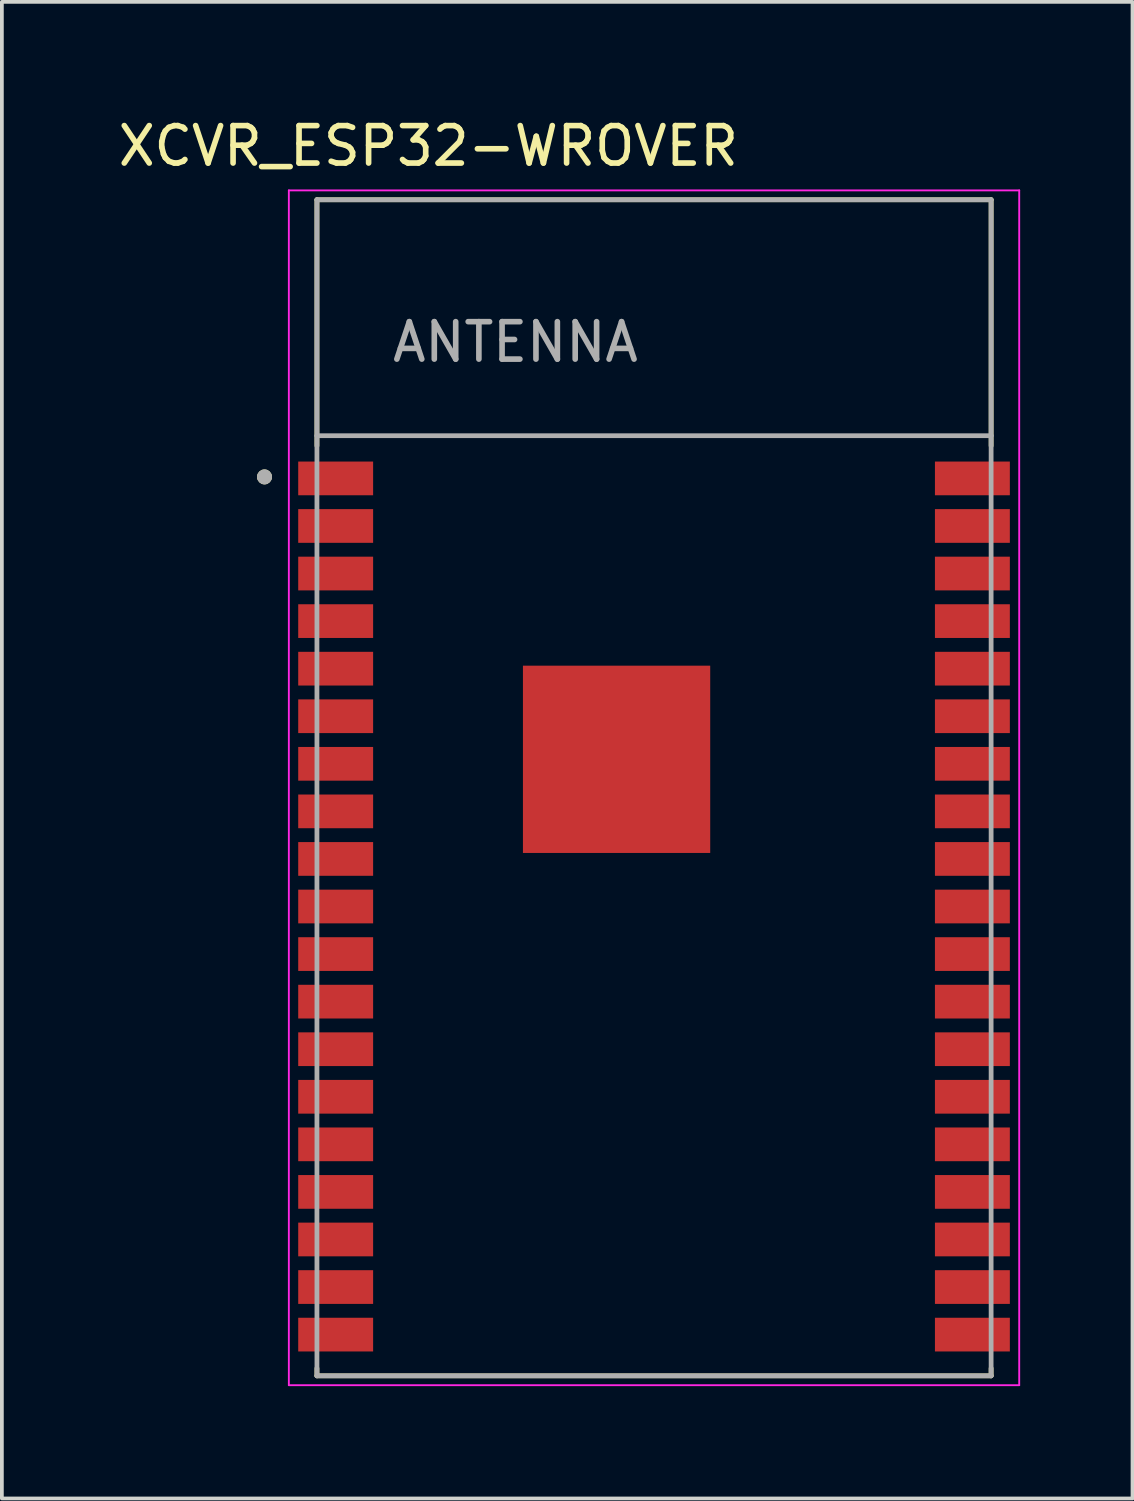
<source format=kicad_pcb>
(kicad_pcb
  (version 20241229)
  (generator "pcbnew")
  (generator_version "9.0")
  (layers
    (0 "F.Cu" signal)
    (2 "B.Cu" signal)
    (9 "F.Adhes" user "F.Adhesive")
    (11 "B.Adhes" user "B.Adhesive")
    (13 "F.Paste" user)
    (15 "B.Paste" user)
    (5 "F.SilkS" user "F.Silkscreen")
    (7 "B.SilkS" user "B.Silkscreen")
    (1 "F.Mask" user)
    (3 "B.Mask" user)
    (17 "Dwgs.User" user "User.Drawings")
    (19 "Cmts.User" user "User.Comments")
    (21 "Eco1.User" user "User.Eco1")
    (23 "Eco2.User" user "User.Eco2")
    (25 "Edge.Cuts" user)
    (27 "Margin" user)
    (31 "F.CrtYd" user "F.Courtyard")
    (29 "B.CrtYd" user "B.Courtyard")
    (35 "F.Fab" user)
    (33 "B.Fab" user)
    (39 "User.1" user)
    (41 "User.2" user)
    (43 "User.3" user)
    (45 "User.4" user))
  (footprint "XCVR_ESP32-WROVER"
    (layer "F.Cu")
    (at 14.412 17.983)
    (property "Reference" "XCVR_ESP32-WROVER" (at -6.025 -17.135 0) (layer "F.SilkS") (effects (font (size 1 1) (thickness 0.15))))
    (attr through_hole)
    (fp_poly (pts (xy -3.5 -3.26) (xy -2.17 -3.26) (xy -2.17 -1.93) (xy -3.5 -1.93)) (stroke (width 0.01) (type solid)) (fill yes) (layer "F.Mask"))
    (fp_poly (pts (xy -3.5 -1.425) (xy -2.17 -1.425) (xy -2.17 -0.095) (xy -3.5 -0.095)) (stroke (width 0.01) (type solid)) (fill yes) (layer "F.Mask"))
    (fp_poly (pts (xy -3.5 0.41) (xy -2.17 0.41) (xy -2.17 1.74) (xy -3.5 1.74)) (stroke (width 0.01) (type solid)) (fill yes) (layer "F.Mask"))
    (fp_poly (pts (xy -1.665 -3.26) (xy -0.335 -3.26) (xy -0.335 -1.93) (xy -1.665 -1.93)) (stroke (width 0.01) (type solid)) (fill yes) (layer "F.Mask"))
    (fp_poly (pts (xy -1.665 -1.425) (xy -0.335 -1.425) (xy -0.335 -0.095) (xy -1.665 -0.095)) (stroke (width 0.01) (type solid)) (fill yes) (layer "F.Mask"))
    (fp_poly (pts (xy -1.665 0.41) (xy -0.335 0.41) (xy -0.335 1.74) (xy -1.665 1.74)) (stroke (width 0.01) (type solid)) (fill yes) (layer "F.Mask"))
    (fp_poly (pts (xy 0.17 -3.26) (xy 1.5 -3.26) (xy 1.5 -1.93) (xy 0.17 -1.93)) (stroke (width 0.01) (type solid)) (fill yes) (layer "F.Mask"))
    (fp_poly (pts (xy 0.17 -1.425) (xy 1.5 -1.425) (xy 1.5 -0.095) (xy 0.17 -0.095)) (stroke (width 0.01) (type solid)) (fill yes) (layer "F.Mask"))
    (fp_poly (pts (xy 0.17 0.41) (xy 1.5 0.41) (xy 1.5 1.74) (xy 0.17 1.74)) (stroke (width 0.01) (type solid)) (fill yes) (layer "F.Mask"))
    (fp_line (start -9 -15.7) (end 9 -15.7) (stroke (width 0.127) (type solid)) (layer "F.SilkS"))
    (fp_line (start -9 -9.13) (end -9 -15.7) (stroke (width 0.127) (type solid)) (layer "F.SilkS"))
    (fp_line (start -9 15.5) (end -9 15.7) (stroke (width 0.127) (type solid)) (layer "F.SilkS"))
    (fp_line (start -9 15.7) (end 9 15.7) (stroke (width 0.127) (type solid)) (layer "F.SilkS"))
    (fp_line (start 9 -15.7) (end 9 -9.13) (stroke (width 0.127) (type solid)) (layer "F.SilkS"))
    (fp_line (start 9 15.7) (end 9 15.5) (stroke (width 0.127) (type solid)) (layer "F.SilkS"))
    (fp_circle (center -10.4 -8.3) (end -10.3 -8.3) (stroke (width 0.2) (type solid)) (fill no) (layer "F.SilkS"))
    (fp_poly (pts (xy -3.5 -3.26) (xy -2.17 -3.26) (xy -2.17 -1.93) (xy -3.5 -1.93)) (stroke (width 0.01) (type solid)) (fill yes) (layer "F.Paste"))
    (fp_poly (pts (xy -3.5 -1.425) (xy -2.17 -1.425) (xy -2.17 -0.095) (xy -3.5 -0.095)) (stroke (width 0.01) (type solid)) (fill yes) (layer "F.Paste"))
    (fp_poly (pts (xy -3.5 0.41) (xy -2.17 0.41) (xy -2.17 1.74) (xy -3.5 1.74)) (stroke (width 0.01) (type solid)) (fill yes) (layer "F.Paste"))
    (fp_poly (pts (xy -1.665 -3.26) (xy -0.335 -3.26) (xy -0.335 -1.93) (xy -1.665 -1.93)) (stroke (width 0.01) (type solid)) (fill yes) (layer "F.Paste"))
    (fp_poly (pts (xy -1.665 -1.425) (xy -0.335 -1.425) (xy -0.335 -0.095) (xy -1.665 -0.095)) (stroke (width 0.01) (type solid)) (fill yes) (layer "F.Paste"))
    (fp_poly (pts (xy -1.665 0.41) (xy -0.335 0.41) (xy -0.335 1.74) (xy -1.665 1.74)) (stroke (width 0.01) (type solid)) (fill yes) (layer "F.Paste"))
    (fp_poly (pts (xy 0.17 -3.26) (xy 1.5 -3.26) (xy 1.5 -1.93) (xy 0.17 -1.93)) (stroke (width 0.01) (type solid)) (fill yes) (layer "F.Paste"))
    (fp_poly (pts (xy 0.17 -1.425) (xy 1.5 -1.425) (xy 1.5 -0.095) (xy 0.17 -0.095)) (stroke (width 0.01) (type solid)) (fill yes) (layer "F.Paste"))
    (fp_poly (pts (xy 0.17 0.41) (xy 1.5 0.41) (xy 1.5 1.74) (xy 0.17 1.74)) (stroke (width 0.01) (type solid)) (fill yes) (layer "F.Paste"))
    (fp_line (start -9.75 -15.95) (end -9.75 15.95) (stroke (width 0.05) (type solid)) (layer "F.CrtYd"))
    (fp_line (start -9.75 -15.95) (end 9.75 -15.95) (stroke (width 0.05) (type solid)) (layer "F.CrtYd"))
    (fp_line (start -9.75 15.95) (end 9.75 15.95) (stroke (width 0.05) (type solid)) (layer "F.CrtYd"))
    (fp_line (start 9.75 15.95) (end 9.75 -15.95) (stroke (width 0.05) (type solid)) (layer "F.CrtYd"))
    (fp_line (start -9 -15.7) (end 9 -15.7) (stroke (width 0.127) (type solid)) (layer "F.Fab"))
    (fp_line (start -9 -9.4) (end -9 -15.7) (stroke (width 0.127) (type solid)) (layer "F.Fab"))
    (fp_line (start -9 -9.4) (end 9 -9.4) (stroke (width 0.127) (type solid)) (layer "F.Fab"))
    (fp_line (start -9 15.7) (end -9 -9.4) (stroke (width 0.127) (type solid)) (layer "F.Fab"))
    (fp_line (start 9 -15.7) (end 9 -9.4) (stroke (width 0.127) (type solid)) (layer "F.Fab"))
    (fp_line (start 9 -9.4) (end 9 15.7) (stroke (width 0.127) (type solid)) (layer "F.Fab"))
    (fp_line (start 9 15.7) (end -9 15.7) (stroke (width 0.127) (type solid)) (layer "F.Fab"))
    (fp_circle (center -10.4 -8.3) (end -10.3 -8.3) (stroke (width 0.2) (type solid)) (fill no) (layer "F.Fab"))
    (fp_text user "ANTENNA" (at -3.7 -11.9 0) (layer "F.Fab") (effects (font (size 1 1) (thickness 0.15))))
    (pad "1" smd rect (at -8.5 -8.26) (size 2 0.9) (layers "F.Cu" "F.Mask" "F.Paste"))
    (pad "2" smd rect (at -8.5 -6.99) (size 2 0.9) (layers "F.Cu" "F.Mask" "F.Paste"))
    (pad "3" smd rect (at -8.5 -5.72) (size 2 0.9) (layers "F.Cu" "F.Mask" "F.Paste"))
    (pad "4" smd rect (at -8.5 -4.45) (size 2 0.9) (layers "F.Cu" "F.Mask" "F.Paste"))
    (pad "5" smd rect (at -8.5 -3.18) (size 2 0.9) (layers "F.Cu" "F.Mask" "F.Paste"))
    (pad "6" smd rect (at -8.5 -1.91) (size 2 0.9) (layers "F.Cu" "F.Mask" "F.Paste"))
    (pad "7" smd rect (at -8.5 -0.64) (size 2 0.9) (layers "F.Cu" "F.Mask" "F.Paste"))
    (pad "8" smd rect (at -8.5 0.63) (size 2 0.9) (layers "F.Cu" "F.Mask" "F.Paste"))
    (pad "9" smd rect (at -8.5 1.9) (size 2 0.9) (layers "F.Cu" "F.Mask" "F.Paste"))
    (pad "10" smd rect (at -8.5 3.17) (size 2 0.9) (layers "F.Cu" "F.Mask" "F.Paste"))
    (pad "11" smd rect (at -8.5 4.44) (size 2 0.9) (layers "F.Cu" "F.Mask" "F.Paste"))
    (pad "12" smd rect (at -8.5 5.71) (size 2 0.9) (layers "F.Cu" "F.Mask" "F.Paste"))
    (pad "13" smd rect (at -8.5 6.98) (size 2 0.9) (layers "F.Cu" "F.Mask" "F.Paste"))
    (pad "14" smd rect (at -8.5 8.25) (size 2 0.9) (layers "F.Cu" "F.Mask" "F.Paste"))
    (pad "15" smd rect (at -8.5 9.52) (size 2 0.9) (layers "F.Cu" "F.Mask" "F.Paste"))
    (pad "16" smd rect (at -8.5 10.79) (size 2 0.9) (layers "F.Cu" "F.Mask" "F.Paste"))
    (pad "17" smd rect (at -8.5 12.06) (size 2 0.9) (layers "F.Cu" "F.Mask" "F.Paste"))
    (pad "18" smd rect (at -8.5 13.33) (size 2 0.9) (layers "F.Cu" "F.Mask" "F.Paste"))
    (pad "19" smd rect (at -8.5 14.6) (size 2 0.9) (layers "F.Cu" "F.Mask" "F.Paste"))
    (pad "20" smd rect (at 8.5 14.6) (size 2 0.9) (layers "F.Cu" "F.Mask" "F.Paste"))
    (pad "21" smd rect (at 8.5 13.33) (size 2 0.9) (layers "F.Cu" "F.Mask" "F.Paste"))
    (pad "22" smd rect (at 8.5 12.06) (size 2 0.9) (layers "F.Cu" "F.Mask" "F.Paste"))
    (pad "23" smd rect (at 8.5 10.79) (size 2 0.9) (layers "F.Cu" "F.Mask" "F.Paste"))
    (pad "24" smd rect (at 8.5 9.52) (size 2 0.9) (layers "F.Cu" "F.Mask" "F.Paste"))
    (pad "25" smd rect (at 8.5 8.25) (size 2 0.9) (layers "F.Cu" "F.Mask" "F.Paste"))
    (pad "26" smd rect (at 8.5 6.98) (size 2 0.9) (layers "F.Cu" "F.Mask" "F.Paste"))
    (pad "27" smd rect (at 8.5 5.71) (size 2 0.9) (layers "F.Cu" "F.Mask" "F.Paste"))
    (pad "28" smd rect (at 8.5 4.44) (size 2 0.9) (layers "F.Cu" "F.Mask" "F.Paste"))
    (pad "29" smd rect (at 8.5 3.17) (size 2 0.9) (layers "F.Cu" "F.Mask" "F.Paste"))
    (pad "30" smd rect (at 8.5 1.9) (size 2 0.9) (layers "F.Cu" "F.Mask" "F.Paste"))
    (pad "31" smd rect (at 8.5 0.63) (size 2 0.9) (layers "F.Cu" "F.Mask" "F.Paste"))
    (pad "32" smd rect (at 8.5 -0.64) (size 2 0.9) (layers "F.Cu" "F.Mask" "F.Paste"))
    (pad "33" smd rect (at 8.5 -1.91) (size 2 0.9) (layers "F.Cu" "F.Mask" "F.Paste"))
    (pad "34" smd rect (at 8.5 -3.18) (size 2 0.9) (layers "F.Cu" "F.Mask" "F.Paste"))
    (pad "35" smd rect (at 8.5 -4.45) (size 2 0.9) (layers "F.Cu" "F.Mask" "F.Paste"))
    (pad "36" smd rect (at 8.5 -5.72) (size 2 0.9) (layers "F.Cu" "F.Mask" "F.Paste"))
    (pad "37" smd rect (at 8.5 -6.99) (size 2 0.9) (layers "F.Cu" "F.Mask" "F.Paste"))
    (pad "38" smd rect (at 8.5 -8.26) (size 2 0.9) (layers "F.Cu" "F.Mask" "F.Paste"))
    (pad "39" smd rect (at -1 -0.76) (size 5 5) (layers "F.Cu")))
  (gr_rect
    (start -3 -3)
    (end 27.187 36.958)
    (stroke (width 0.1) (type default))
    (fill no)
    (layer "Edge.Cuts")))
</source>
